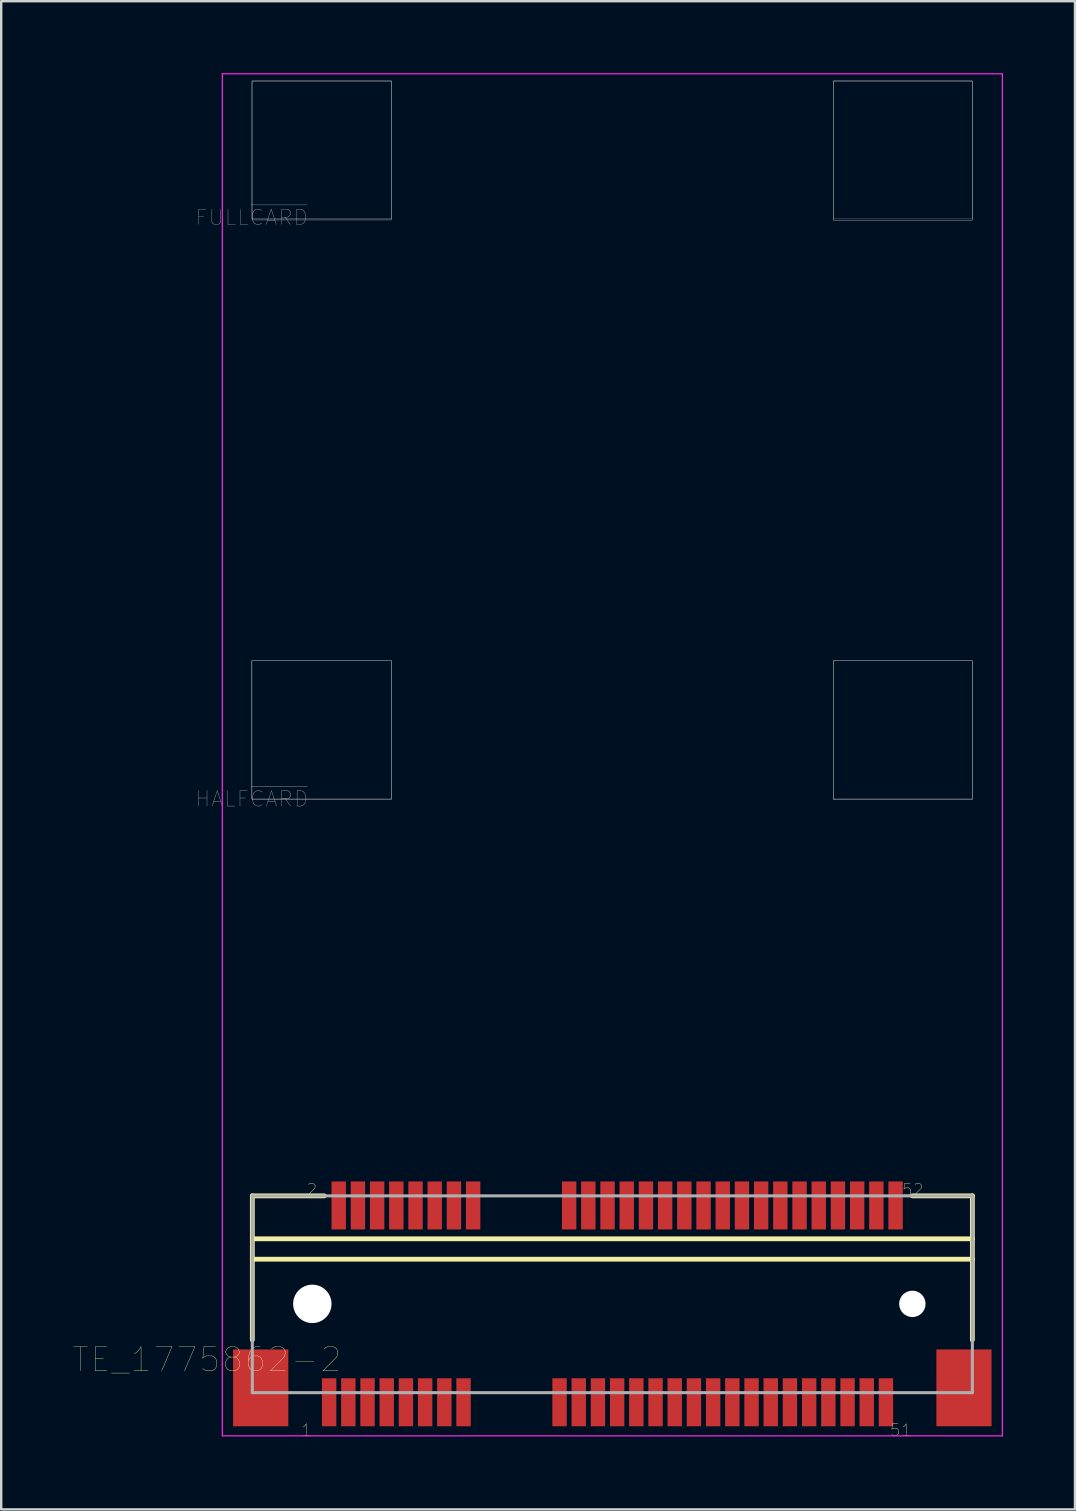
<source format=kicad_pcb>
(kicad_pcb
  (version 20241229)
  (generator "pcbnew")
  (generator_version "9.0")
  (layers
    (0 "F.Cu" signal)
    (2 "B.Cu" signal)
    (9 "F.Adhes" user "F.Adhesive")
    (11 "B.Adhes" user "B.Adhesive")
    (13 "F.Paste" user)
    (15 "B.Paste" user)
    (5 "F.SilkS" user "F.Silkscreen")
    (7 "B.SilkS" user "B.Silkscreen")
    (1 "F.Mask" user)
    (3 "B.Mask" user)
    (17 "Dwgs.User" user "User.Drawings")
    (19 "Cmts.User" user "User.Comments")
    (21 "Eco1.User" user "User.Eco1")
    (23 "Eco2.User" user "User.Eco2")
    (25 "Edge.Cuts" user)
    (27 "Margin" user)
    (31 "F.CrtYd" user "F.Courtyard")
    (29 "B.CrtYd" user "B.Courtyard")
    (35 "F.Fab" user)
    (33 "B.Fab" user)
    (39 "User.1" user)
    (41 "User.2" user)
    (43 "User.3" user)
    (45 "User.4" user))
  (footprint "TE_1775862-2"
    (layer "F.Cu")
    (at 22.463 51.275)
    (property "Reference" "TE_1775862-2" (at -16.895 2.326 180) (layer "F.SilkS") (effects (font (size 1.001 1.001) (thickness 0.015))))
    (attr through_hole)
    (fp_line (start -15 -4.5) (end -15 1.5) (stroke (width 0.2) (type solid)) (layer "F.SilkS"))
    (fp_line (start -15 -2.71) (end 15 -2.71) (stroke (width 0.2) (type solid)) (layer "F.SilkS"))
    (fp_line (start -15 -1.86) (end 15 -1.86) (stroke (width 0.2) (type solid)) (layer "F.SilkS"))
    (fp_line (start -12 -4.5) (end -15 -4.5) (stroke (width 0.2) (type solid)) (layer "F.SilkS"))
    (fp_line (start 15 -4.5) (end 12.5 -4.5) (stroke (width 0.2) (type solid)) (layer "F.SilkS"))
    (fp_line (start 15 1.5) (end 15 -4.5) (stroke (width 0.2) (type solid)) (layer "F.SilkS"))
    (fp_poly (pts (xy -15.027 -26.8) (xy -9.2 -26.8) (xy -9.2 -21.038) (xy -15.027 -21.038)) (stroke (width 0.01) (type solid)) (fill no) (layer "Dwgs.User"))
    (fp_poly (pts (xy -15.021 -50.95) (xy -9.2 -50.95) (xy -9.2 -45.215) (xy -15.021 -45.215)) (stroke (width 0.01) (type solid)) (fill no) (layer "Dwgs.User"))
    (fp_poly (pts (xy -15.018 -26.8) (xy -9.2 -26.8) (xy -9.2 -21.024) (xy -15.018 -21.024)) (stroke (width 0.01) (type solid)) (fill no) (layer "Dwgs.User"))
    (fp_poly (pts (xy -15.014 -26.8) (xy -9.2 -26.8) (xy -9.2 -21.02) (xy -15.014 -21.02)) (stroke (width 0.01) (type solid)) (fill no) (layer "Dwgs.User"))
    (fp_poly (pts (xy -15.013 -50.95) (xy -9.2 -50.95) (xy -9.2 -45.188) (xy -15.013 -45.188)) (stroke (width 0.01) (type solid)) (fill no) (layer "Dwgs.User"))
    (fp_poly (pts (xy -15.003 -50.95) (xy -9.2 -50.95) (xy -9.2 -45.159) (xy -15.003 -45.159)) (stroke (width 0.01) (type solid)) (fill no) (layer "Dwgs.User"))
    (fp_poly (pts (xy 9.2 -50.95) (xy 15 -50.95) (xy 15 -45.151) (xy 9.2 -45.151)) (stroke (width 0.01) (type solid)) (fill no) (layer "Dwgs.User"))
    (fp_poly (pts (xy 9.201 -50.95) (xy 15 -50.95) (xy 15 -45.157) (xy 9.201 -45.157)) (stroke (width 0.01) (type solid)) (fill no) (layer "Dwgs.User"))
    (fp_poly (pts (xy 9.204 -26.8) (xy 15 -26.8) (xy 15 -21.01) (xy 9.204 -21.01)) (stroke (width 0.01) (type solid)) (fill no) (layer "Dwgs.User"))
    (fp_poly (pts (xy 9.206 -26.8) (xy 15 -26.8) (xy 15 -21.014) (xy 9.206 -21.014)) (stroke (width 0.01) (type solid)) (fill no) (layer "Dwgs.User"))
    (fp_poly (pts (xy 9.214 -50.95) (xy 15 -50.95) (xy 15 -45.219) (xy 9.214 -45.219)) (stroke (width 0.01) (type solid)) (fill no) (layer "Dwgs.User"))
    (fp_poly (pts (xy 9.216 -26.8) (xy 15 -26.8) (xy 15 -21.037) (xy 9.216 -21.037)) (stroke (width 0.01) (type solid)) (fill no) (layer "Dwgs.User"))
    (fp_line (start -16.25 -51.25) (end 16.25 -51.25) (stroke (width 0.05) (type solid)) (layer "F.CrtYd"))
    (fp_line (start -16.25 5.5) (end -16.25 -51.25) (stroke (width 0.05) (type solid)) (layer "F.CrtYd"))
    (fp_line (start 16.25 -51.25) (end 16.25 5.5) (stroke (width 0.05) (type solid)) (layer "F.CrtYd"))
    (fp_line (start 16.25 5.5) (end -16.25 5.5) (stroke (width 0.05) (type solid)) (layer "F.CrtYd"))
    (fp_line (start -15 -4.5) (end 15 -4.5) (stroke (width 0.127) (type solid)) (layer "F.Fab"))
    (fp_line (start -15 3.7) (end -15 -4.5) (stroke (width 0.127) (type solid)) (layer "F.Fab"))
    (fp_line (start 15 -4.5) (end 15 3.7) (stroke (width 0.127) (type solid)) (layer "F.Fab"))
    (fp_line (start 15 3.7) (end -15 3.7) (stroke (width 0.127) (type solid)) (layer "F.Fab"))
    (fp_text user "51" (at 12.013 5.256 0) (layer "F.SilkS") (effects (font (size 0.481 0.481) (thickness 0.015))))
    (fp_text user "2" (at -12.519 -4.757 0) (layer "F.SilkS") (effects (font (size 0.481 0.481) (thickness 0.015))))
    (fp_text user "1" (at -12.752 5.251 0) (layer "F.SilkS") (effects (font (size 0.48 0.48) (thickness 0.015))))
    (fp_text user "52" (at 12.518 -4.757 0) (layer "F.SilkS") (effects (font (size 0.481 0.481) (thickness 0.015))))
    (fp_text user "FULL~{CARD}" (at -15.022 -45.265 0) (layer "F.Fab") (effects (font (size 0.641 0.641) (thickness 0.015))))
    (fp_text user "HALF~{CARD}" (at -15.026 -21.037 0) (layer "F.Fab") (effects (font (size 0.641 0.641) (thickness 0.015))))
    (pad "" np_thru_hole circle (at -12.5 0) (size 1.6 1.6) (drill 1.6) (layers "*.Cu" "*.Mask"))
    (pad "" np_thru_hole circle (at 12.5 0) (size 1.1 1.1) (drill 1.1) (layers "*.Cu" "*.Mask"))
    (pad "1" smd rect (at -11.8 4.1) (size 0.6 2) (layers "F.Cu" "F.Mask" "F.Paste"))
    (pad "2" smd rect (at -11.4 -4.1) (size 0.6 2) (layers "F.Cu" "F.Mask" "F.Paste"))
    (pad "3" smd rect (at -11 4.1) (size 0.6 2) (layers "F.Cu" "F.Mask" "F.Paste"))
    (pad "4" smd rect (at -10.6 -4.1) (size 0.6 2) (layers "F.Cu" "F.Mask" "F.Paste"))
    (pad "5" smd rect (at -10.2 4.1) (size 0.6 2) (layers "F.Cu" "F.Mask" "F.Paste"))
    (pad "6" smd rect (at -9.8 -4.1) (size 0.6 2) (layers "F.Cu" "F.Mask" "F.Paste"))
    (pad "7" smd rect (at -9.4 4.1) (size 0.6 2) (layers "F.Cu" "F.Mask" "F.Paste"))
    (pad "8" smd rect (at -9 -4.1) (size 0.6 2) (layers "F.Cu" "F.Mask" "F.Paste"))
    (pad "9" smd rect (at -8.6 4.1) (size 0.6 2) (layers "F.Cu" "F.Mask" "F.Paste"))
    (pad "10" smd rect (at -8.2 -4.1) (size 0.6 2) (layers "F.Cu" "F.Mask" "F.Paste"))
    (pad "11" smd rect (at -7.8 4.1) (size 0.6 2) (layers "F.Cu" "F.Mask" "F.Paste"))
    (pad "12" smd rect (at -7.4 -4.1) (size 0.6 2) (layers "F.Cu" "F.Mask" "F.Paste"))
    (pad "13" smd rect (at -7 4.1) (size 0.6 2) (layers "F.Cu" "F.Mask" "F.Paste"))
    (pad "14" smd rect (at -6.6 -4.1) (size 0.6 2) (layers "F.Cu" "F.Mask" "F.Paste"))
    (pad "15" smd rect (at -6.2 4.1) (size 0.6 2) (layers "F.Cu" "F.Mask" "F.Paste"))
    (pad "16" smd rect (at -5.8 -4.1) (size 0.6 2) (layers "F.Cu" "F.Mask" "F.Paste"))
    (pad "17" smd rect (at -2.2 4.1) (size 0.6 2) (layers "F.Cu" "F.Mask" "F.Paste"))
    (pad "18" smd rect (at -1.8 -4.1) (size 0.6 2) (layers "F.Cu" "F.Mask" "F.Paste"))
    (pad "19" smd rect (at -1.4 4.1) (size 0.6 2) (layers "F.Cu" "F.Mask" "F.Paste"))
    (pad "20" smd rect (at -1 -4.1) (size 0.6 2) (layers "F.Cu" "F.Mask" "F.Paste"))
    (pad "21" smd rect (at -0.6 4.1) (size 0.6 2) (layers "F.Cu" "F.Mask" "F.Paste"))
    (pad "22" smd rect (at -0.2 -4.1) (size 0.6 2) (layers "F.Cu" "F.Mask" "F.Paste"))
    (pad "23" smd rect (at 0.2 4.1) (size 0.6 2) (layers "F.Cu" "F.Mask" "F.Paste"))
    (pad "24" smd rect (at 0.6 -4.1) (size 0.6 2) (layers "F.Cu" "F.Mask" "F.Paste"))
    (pad "25" smd rect (at 1 4.1) (size 0.6 2) (layers "F.Cu" "F.Mask" "F.Paste"))
    (pad "26" smd rect (at 1.4 -4.1) (size 0.6 2) (layers "F.Cu" "F.Mask" "F.Paste"))
    (pad "27" smd rect (at 1.8 4.1) (size 0.6 2) (layers "F.Cu" "F.Mask" "F.Paste"))
    (pad "28" smd rect (at 2.2 -4.1) (size 0.6 2) (layers "F.Cu" "F.Mask" "F.Paste"))
    (pad "29" smd rect (at 2.6 4.1) (size 0.6 2) (layers "F.Cu" "F.Mask" "F.Paste"))
    (pad "30" smd rect (at 3 -4.1) (size 0.6 2) (layers "F.Cu" "F.Mask" "F.Paste"))
    (pad "31" smd rect (at 3.4 4.1) (size 0.6 2) (layers "F.Cu" "F.Mask" "F.Paste"))
    (pad "32" smd rect (at 3.8 -4.1) (size 0.6 2) (layers "F.Cu" "F.Mask" "F.Paste"))
    (pad "33" smd rect (at 4.2 4.1) (size 0.6 2) (layers "F.Cu" "F.Mask" "F.Paste"))
    (pad "34" smd rect (at 4.6 -4.1) (size 0.6 2) (layers "F.Cu" "F.Mask" "F.Paste"))
    (pad "35" smd rect (at 5 4.1) (size 0.6 2) (layers "F.Cu" "F.Mask" "F.Paste"))
    (pad "36" smd rect (at 5.4 -4.1) (size 0.6 2) (layers "F.Cu" "F.Mask" "F.Paste"))
    (pad "37" smd rect (at 5.8 4.1) (size 0.6 2) (layers "F.Cu" "F.Mask" "F.Paste"))
    (pad "38" smd rect (at 6.2 -4.1) (size 0.6 2) (layers "F.Cu" "F.Mask" "F.Paste"))
    (pad "39" smd rect (at 6.6 4.1) (size 0.6 2) (layers "F.Cu" "F.Mask" "F.Paste"))
    (pad "40" smd rect (at 7 -4.1) (size 0.6 2) (layers "F.Cu" "F.Mask" "F.Paste"))
    (pad "41" smd rect (at 7.4 4.1) (size 0.6 2) (layers "F.Cu" "F.Mask" "F.Paste"))
    (pad "42" smd rect (at 7.8 -4.1) (size 0.6 2) (layers "F.Cu" "F.Mask" "F.Paste"))
    (pad "43" smd rect (at 8.2 4.1) (size 0.6 2) (layers "F.Cu" "F.Mask" "F.Paste"))
    (pad "44" smd rect (at 8.6 -4.1) (size 0.6 2) (layers "F.Cu" "F.Mask" "F.Paste"))
    (pad "45" smd rect (at 9 4.1) (size 0.6 2) (layers "F.Cu" "F.Mask" "F.Paste"))
    (pad "46" smd rect (at 9.4 -4.1) (size 0.6 2) (layers "F.Cu" "F.Mask" "F.Paste"))
    (pad "47" smd rect (at 9.8 4.1) (size 0.6 2) (layers "F.Cu" "F.Mask" "F.Paste"))
    (pad "48" smd rect (at 10.2 -4.1) (size 0.6 2) (layers "F.Cu" "F.Mask" "F.Paste"))
    (pad "49" smd rect (at 10.6 4.1) (size 0.6 2) (layers "F.Cu" "F.Mask" "F.Paste"))
    (pad "50" smd rect (at 11 -4.1) (size 0.6 2) (layers "F.Cu" "F.Mask" "F.Paste"))
    (pad "51" smd rect (at 11.4 4.1) (size 0.6 2) (layers "F.Cu" "F.Mask" "F.Paste"))
    (pad "52" smd rect (at 11.8 -4.1) (size 0.6 2) (layers "F.Cu" "F.Mask" "F.Paste"))
    (pad "P1" smd rect (at -14.65 3.5) (size 2.3 3.2) (layers "F.Cu" "F.Mask" "F.Paste"))
    (pad "P2" smd rect (at 14.65 3.5) (size 2.3 3.2) (layers "F.Cu" "F.Mask" "F.Paste")))
  (gr_rect
    (start -3 -3)
    (end 41.738 59.838)
    (stroke (width 0.1) (type default))
    (fill no)
    (layer "Edge.Cuts")))
</source>
